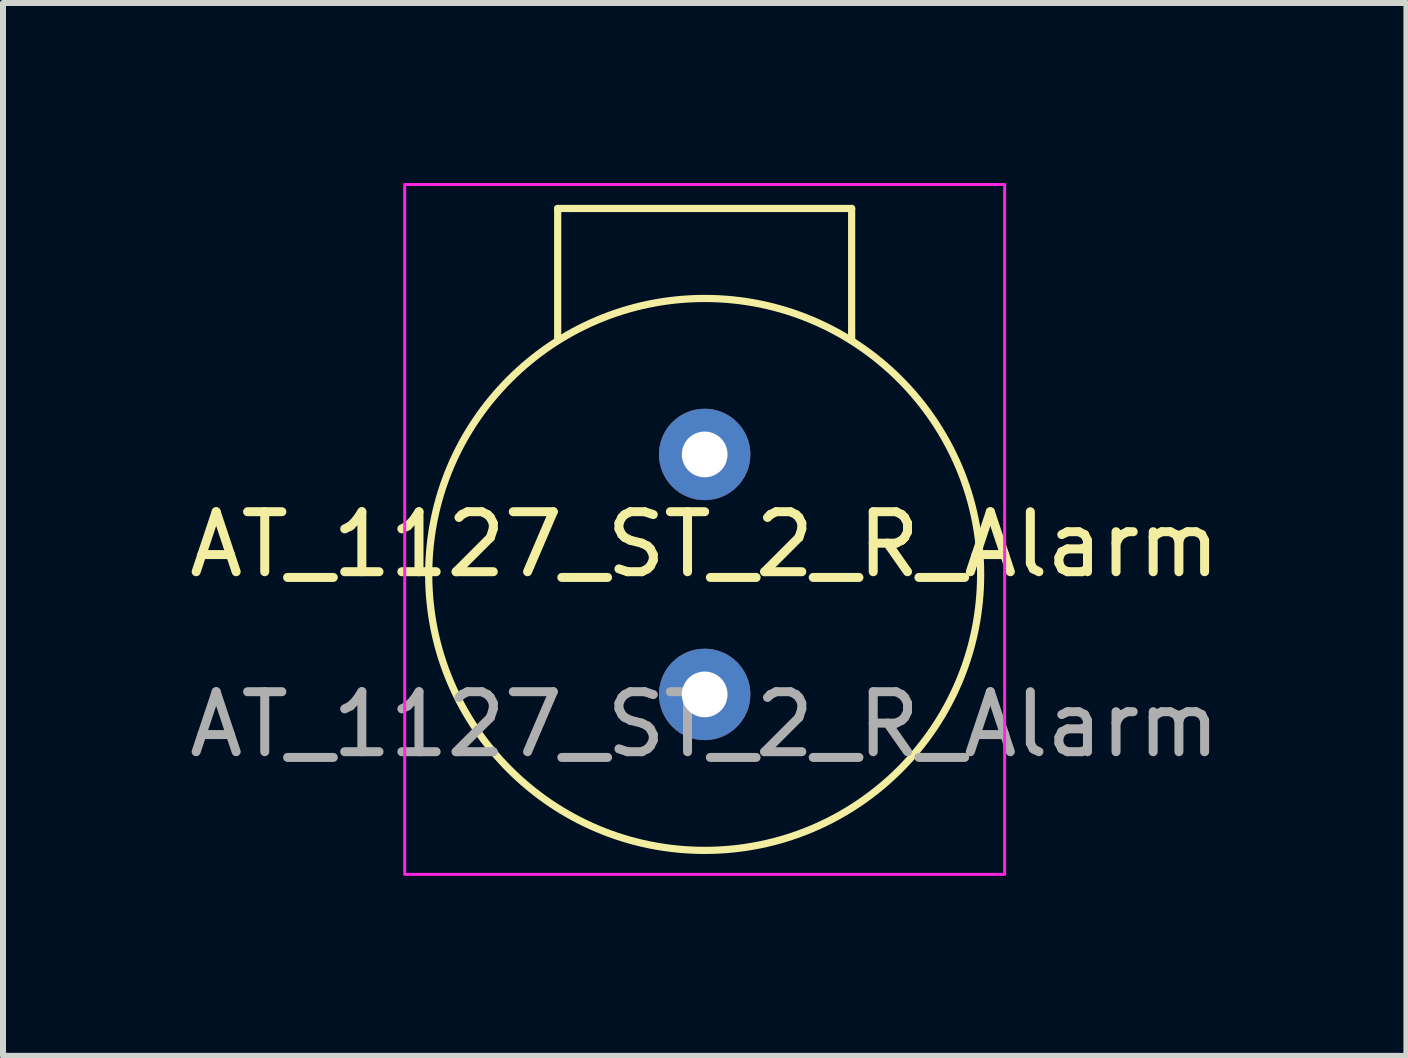
<source format=kicad_pcb>
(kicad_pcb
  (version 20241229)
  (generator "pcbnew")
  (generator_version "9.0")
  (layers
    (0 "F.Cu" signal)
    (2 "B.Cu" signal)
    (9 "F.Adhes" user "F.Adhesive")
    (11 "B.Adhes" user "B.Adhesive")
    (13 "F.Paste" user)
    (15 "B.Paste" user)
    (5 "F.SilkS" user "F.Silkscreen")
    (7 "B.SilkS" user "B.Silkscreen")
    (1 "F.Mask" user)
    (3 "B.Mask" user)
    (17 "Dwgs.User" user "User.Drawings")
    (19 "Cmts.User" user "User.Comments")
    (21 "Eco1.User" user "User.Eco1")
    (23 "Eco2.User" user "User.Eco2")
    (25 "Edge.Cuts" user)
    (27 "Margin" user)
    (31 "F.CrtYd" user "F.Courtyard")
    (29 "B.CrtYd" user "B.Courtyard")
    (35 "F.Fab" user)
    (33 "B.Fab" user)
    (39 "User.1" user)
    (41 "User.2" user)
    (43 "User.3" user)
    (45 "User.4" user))
  (footprint "AT_1127_ST_2_R_Alarm"
    (layer "F.Cu")
    (at 8.696 6.525)
    (property "Reference" "AT_1127_ST_2_R_Alarm" (at 0 -0.5 0) (unlocked yes) (layer "F.SilkS") (effects (font (size 1 1) (thickness 0.15))))
    (attr through_hole)
    (fp_line (start -2.45 -6.1) (end 2.45 -6.1) (stroke (width 0.12) (type solid)) (layer "F.SilkS"))
    (fp_line (start -2.45 -3.9) (end -2.45 -6.1) (stroke (width 0.12) (type solid)) (layer "F.SilkS"))
    (fp_line (start 2.45 -6.1) (end 2.45 -3.9) (stroke (width 0.12) (type solid)) (layer "F.SilkS"))
    (fp_circle (center 0 0) (end 4.6 0) (stroke (width 0.12) (type solid)) (fill no) (layer "F.SilkS"))
    (fp_rect (start -5 -6.5) (end 5 5) (stroke (width 0.05) (type solid)) (fill no) (layer "F.CrtYd"))
    (fp_text user "${REFERENCE}" (at 0 2.5 0) (unlocked yes) (layer "F.Fab") (effects (font (size 1 1) (thickness 0.15))))
    (pad "1" thru_hole circle (at 0 -2) (size 1.524 1.524) (drill 0.762) (layers "*.Cu" "*.Mask"))
    (pad "2" thru_hole circle (at 0 2) (size 1.524 1.524) (drill 0.762) (layers "*.Cu" "*.Mask")))
  (gr_rect
    (start -3 -3)
    (end 20.393 14.55)
    (stroke (width 0.1) (type default))
    (fill no)
    (layer "Edge.Cuts")))
</source>
